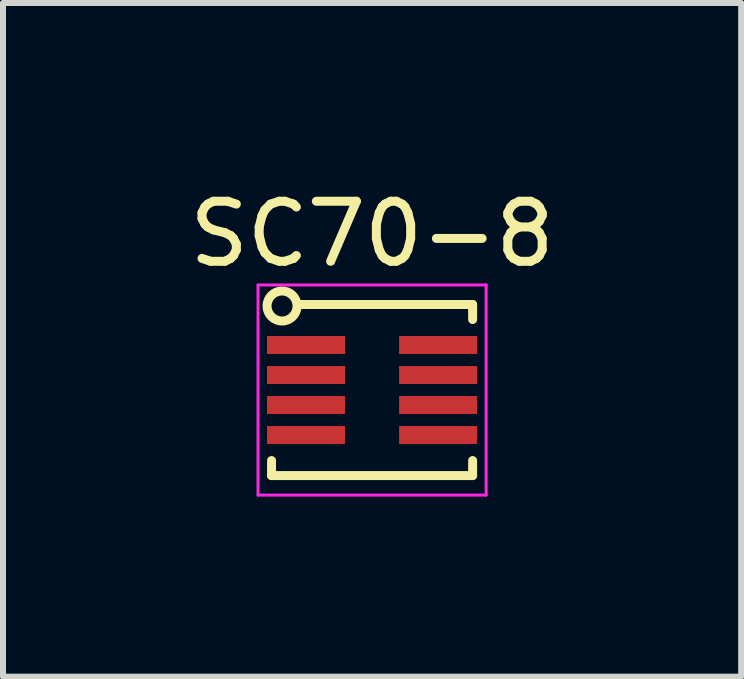
<source format=kicad_pcb>
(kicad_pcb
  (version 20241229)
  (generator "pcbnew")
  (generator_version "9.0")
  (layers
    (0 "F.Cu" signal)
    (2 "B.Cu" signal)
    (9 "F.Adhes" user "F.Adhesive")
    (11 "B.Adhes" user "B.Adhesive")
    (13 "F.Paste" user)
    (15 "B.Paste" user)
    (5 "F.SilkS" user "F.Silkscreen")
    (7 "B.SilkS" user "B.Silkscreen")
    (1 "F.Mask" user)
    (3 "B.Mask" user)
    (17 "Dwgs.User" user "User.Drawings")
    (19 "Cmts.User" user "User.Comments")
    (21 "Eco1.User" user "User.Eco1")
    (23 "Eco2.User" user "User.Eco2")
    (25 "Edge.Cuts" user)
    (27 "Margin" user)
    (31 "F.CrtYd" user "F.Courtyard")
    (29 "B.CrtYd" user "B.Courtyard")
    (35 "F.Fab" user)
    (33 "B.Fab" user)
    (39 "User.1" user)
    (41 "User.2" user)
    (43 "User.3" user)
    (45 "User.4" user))
  (footprint "SC70-8"
    (layer "F.Cu")
    (at 3.149 3.448)
    (property "Reference" "SC70-8" (at 0 -2.6 0) (layer "F.SilkS") (effects (font (size 1 1) (thickness 0.15))))
    (attr smd)
    (fp_line (start -1.675 1.425) (end -1.675 1.175) (stroke (width 0.15) (type solid)) (layer "F.SilkS"))
    (fp_line (start -1.675 1.425) (end 1.675 1.425) (stroke (width 0.15) (type solid)) (layer "F.SilkS"))
    (fp_line (start -1.2 -1.425) (end 1.675 -1.425) (stroke (width 0.15) (type solid)) (layer "F.SilkS"))
    (fp_line (start 1.675 -1.425) (end 1.675 -1.175) (stroke (width 0.15) (type solid)) (layer "F.SilkS"))
    (fp_line (start 1.675 1.425) (end 1.675 1.175) (stroke (width 0.15) (type solid)) (layer "F.SilkS"))
    (fp_circle (center -1.5 -1.4) (end -1.5 -1.65) (stroke (width 0.15) (type solid)) (fill no) (layer "F.SilkS"))
    (fp_line (start -1.9 -1.75) (end -1.9 1.75) (stroke (width 0.05) (type solid)) (layer "F.CrtYd"))
    (fp_line (start -1.9 -1.75) (end 1.9 -1.75) (stroke (width 0.05) (type solid)) (layer "F.CrtYd"))
    (fp_line (start -1.9 1.75) (end 1.9 1.75) (stroke (width 0.05) (type solid)) (layer "F.CrtYd"))
    (fp_line (start 1.9 -1.75) (end 1.9 1.75) (stroke (width 0.05) (type solid)) (layer "F.CrtYd"))
    (pad "1" smd rect (at -1.1 -0.75) (size 1.3 0.3) (layers "F.Cu" "F.Mask" "F.Paste"))
    (pad "2" smd rect (at -1.1 -0.25) (size 1.3 0.3) (layers "F.Cu" "F.Mask" "F.Paste"))
    (pad "3" smd rect (at -1.1 0.25) (size 1.3 0.3) (layers "F.Cu" "F.Mask" "F.Paste"))
    (pad "4" smd rect (at -1.1 0.75) (size 1.3 0.3) (layers "F.Cu" "F.Mask" "F.Paste"))
    (pad "5" smd rect (at 1.1 0.75) (size 1.3 0.3) (layers "F.Cu" "F.Mask" "F.Paste"))
    (pad "6" smd rect (at 1.1 0.25) (size 1.3 0.3) (layers "F.Cu" "F.Mask" "F.Paste"))
    (pad "7" smd rect (at 1.1 -0.25) (size 1.3 0.3) (layers "F.Cu" "F.Mask" "F.Paste"))
    (pad "8" smd rect (at 1.1 -0.75) (size 1.3 0.3) (layers "F.Cu" "F.Mask" "F.Paste")))
  (gr_rect
    (start -3 -3)
    (end 9.298 8.223)
    (stroke (width 0.1) (type default))
    (fill no)
    (layer "Edge.Cuts")))
</source>
